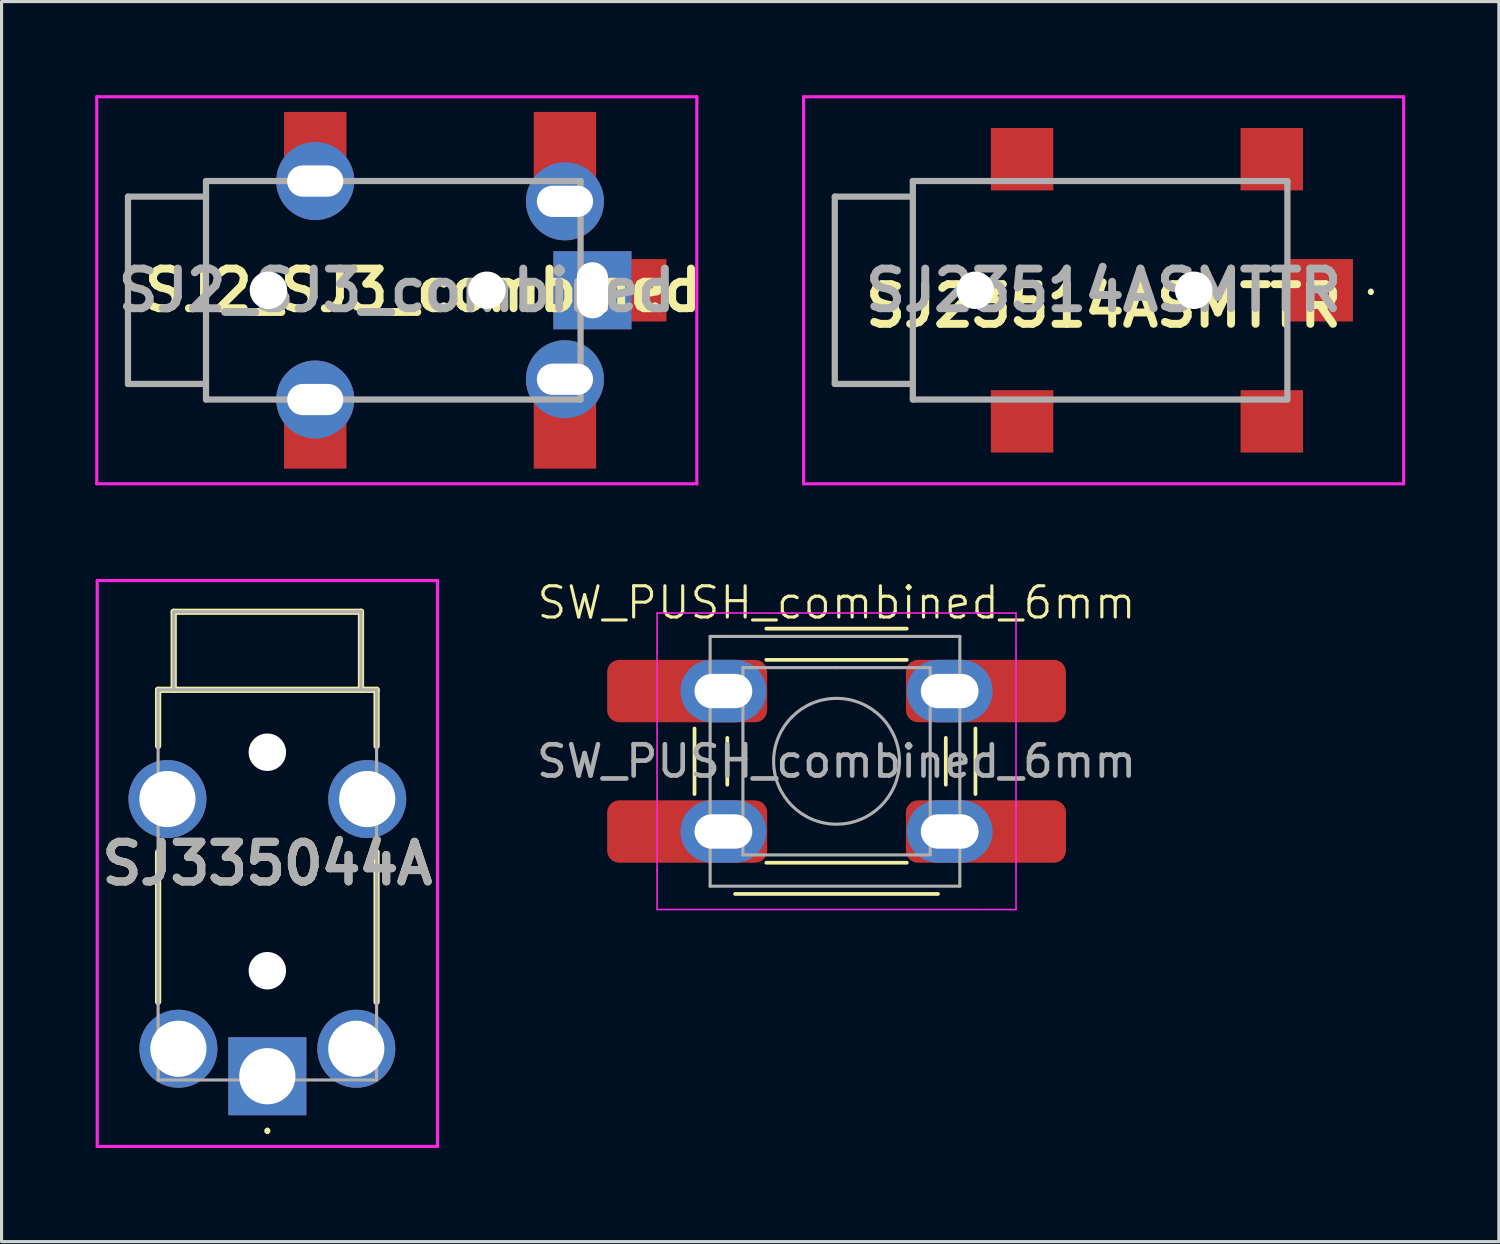
<source format=kicad_pcb>
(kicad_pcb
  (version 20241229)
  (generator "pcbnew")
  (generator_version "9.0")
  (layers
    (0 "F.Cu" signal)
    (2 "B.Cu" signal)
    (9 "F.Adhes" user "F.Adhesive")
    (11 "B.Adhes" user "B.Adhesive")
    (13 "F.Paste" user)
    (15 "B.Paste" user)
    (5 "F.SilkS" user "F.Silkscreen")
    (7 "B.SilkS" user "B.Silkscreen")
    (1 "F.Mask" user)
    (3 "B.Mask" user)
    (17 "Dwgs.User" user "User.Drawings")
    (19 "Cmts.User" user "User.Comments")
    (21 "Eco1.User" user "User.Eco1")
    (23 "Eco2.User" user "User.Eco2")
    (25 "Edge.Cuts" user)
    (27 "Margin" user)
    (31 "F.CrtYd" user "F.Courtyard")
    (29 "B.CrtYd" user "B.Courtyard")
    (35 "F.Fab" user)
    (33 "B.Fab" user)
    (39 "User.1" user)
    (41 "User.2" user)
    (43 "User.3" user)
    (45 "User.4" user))
  (footprint "SW_PUSH_combined_6mm"
    (layer "F.Cu")
    (at 20.501 19.09)
    (property "Reference" "SW_PUSH_combined_6mm" (at 3.25 -2.83 0) (unlocked yes) (layer "F.SilkS") (effects (font (size 1 1) (thickness 0.1))))
    (attr through_hole)
    (fp_line (start -1.3 1.2) (end -1.3 3.3) (stroke (width 0.12) (type solid)) (layer "F.SilkS"))
    (fp_line (start -0.25 1.5) (end -0.25 3) (stroke (width 0.12) (type solid)) (layer "F.SilkS"))
    (fp_line (start 0 6.5) (end 6.5 6.5) (stroke (width 0.12) (type solid)) (layer "F.SilkS"))
    (fp_line (start 1 5.5) (end 5.5 5.5) (stroke (width 0.12) (type solid)) (layer "F.SilkS"))
    (fp_line (start 5.5 -2) (end 1 -2) (stroke (width 0.12) (type solid)) (layer "F.SilkS"))
    (fp_line (start 5.5 -1) (end 1 -1) (stroke (width 0.12) (type solid)) (layer "F.SilkS"))
    (fp_line (start 6.75 3) (end 6.75 1.5) (stroke (width 0.12) (type solid)) (layer "F.SilkS"))
    (fp_line (start 7.7 3.3) (end 7.7 1.2) (stroke (width 0.12) (type solid)) (layer "F.SilkS"))
    (fp_line (start -2.5 -2.5) (end -1.25 -2.5) (stroke (width 0.05) (type solid)) (layer "F.CrtYd"))
    (fp_line (start -2.5 -1.25) (end -2.5 -2.5) (stroke (width 0.05) (type solid)) (layer "F.CrtYd"))
    (fp_line (start -2.5 5.725) (end -2.5 7) (stroke (width 0.05) (type solid)) (layer "F.CrtYd"))
    (fp_line (start -2.5 5.75) (end -2.5 -1.25) (stroke (width 0.05) (type solid)) (layer "F.CrtYd"))
    (fp_line (start -2.5 7) (end -1.25 7) (stroke (width 0.05) (type solid)) (layer "F.CrtYd"))
    (fp_line (start -1.25 -2.5) (end 7.75 -2.5) (stroke (width 0.05) (type solid)) (layer "F.CrtYd"))
    (fp_line (start 7.75 -2.5) (end 9 -2.5) (stroke (width 0.05) (type solid)) (layer "F.CrtYd"))
    (fp_line (start 7.75 7) (end -1.25 7) (stroke (width 0.05) (type solid)) (layer "F.CrtYd"))
    (fp_line (start 7.75 7) (end 9 7) (stroke (width 0.05) (type solid)) (layer "F.CrtYd"))
    (fp_line (start 9 -2.5) (end 9 -1.25) (stroke (width 0.05) (type solid)) (layer "F.CrtYd"))
    (fp_line (start 9 -1.25) (end 9 5.75) (stroke (width 0.05) (type solid)) (layer "F.CrtYd"))
    (fp_line (start 9 7) (end 9 5.75) (stroke (width 0.05) (type solid)) (layer "F.CrtYd"))
    (fp_line (start -0.8 -1.75) (end 3.25 -1.75) (stroke (width 0.1) (type solid)) (layer "F.Fab"))
    (fp_line (start -0.8 6.25) (end -0.8 -1.75) (stroke (width 0.1) (type solid)) (layer "F.Fab"))
    (fp_line (start 0.25 -0.75) (end 3.25 -0.75) (stroke (width 0.1) (type solid)) (layer "F.Fab"))
    (fp_line (start 0.25 5.25) (end 0.25 -0.75) (stroke (width 0.1) (type solid)) (layer "F.Fab"))
    (fp_line (start 3.25 -1.75) (end 7.2 -1.75) (stroke (width 0.1) (type solid)) (layer "F.Fab"))
    (fp_line (start 3.25 -0.75) (end 6.25 -0.75) (stroke (width 0.1) (type solid)) (layer "F.Fab"))
    (fp_line (start 6.25 -0.75) (end 6.25 5.25) (stroke (width 0.1) (type solid)) (layer "F.Fab"))
    (fp_line (start 6.25 5.25) (end 0.25 5.25) (stroke (width 0.1) (type solid)) (layer "F.Fab"))
    (fp_line (start 7.2 -1.75) (end 7.2 6.25) (stroke (width 0.1) (type solid)) (layer "F.Fab"))
    (fp_line (start 7.2 6.25) (end -0.8 6.25) (stroke (width 0.1) (type solid)) (layer "F.Fab"))
    (fp_circle (center 3.25 2.25) (end 1.25 2.5) (stroke (width 0.1) (type solid)) (fill no) (layer "F.Fab"))
    (fp_text user "${REFERENCE}" (at 3.25 2.25 0) (unlocked yes) (layer "F.Fab") (effects (font (size 1 1) (thickness 0.15))))
    (pad "1" smd roundrect (at -1.536 0) (size 5.128 2) (layers "F.Cu" "F.Mask" "F.Paste") (roundrect_rratio 0.192))
    (pad "1" thru_hole oval (at -0.375 0 90) (size 2 2.75) (drill oval 1.1 1.85) (layers "*.Cu" "*.Mask"))
    (pad "1" thru_hole oval (at 6.875 0 90) (size 2 2.75) (drill oval 1.1 1.85) (layers "*.Cu" "*.Mask"))
    (pad "1" smd roundrect (at 8.036 0) (size 5.127 2) (layers "F.Cu" "F.Mask" "F.Paste") (roundrect_rratio 0.192))
    (pad "2" smd roundrect (at -1.536 4.5) (size 5.128 2) (layers "F.Cu" "F.Mask" "F.Paste") (roundrect_rratio 0.192))
    (pad "2" thru_hole oval (at -0.375 4.5 90) (size 2 2.75) (drill oval 1.1 1.85) (layers "*.Cu" "*.Mask"))
    (pad "2" thru_hole oval (at 6.875 4.5 90) (size 2 2.75) (drill oval 1.1 1.85) (layers "*.Cu" "*.Mask"))
    (pad "2" smd roundrect (at 8.036 4.5) (size 5.128 2) (layers "F.Cu" "F.Mask" "F.Paste") (roundrect_rratio 0.192)))
  (footprint "SJ335044A"
    (layer "F.Cu")
    (at 5.515 31.43)
    (property "Reference" "SJ335044A" (at 0 -6.815 0) (layer "F.SilkS") (effects (font (size 1.27 1.27) (thickness 0.254))))
    (attr through_hole)
    (fp_line (start -3.5 -12.38) (end 3.5 -12.38) (stroke (width 0.2) (type solid)) (layer "F.SilkS"))
    (fp_line (start -3.5 -10.58) (end -3.5 -12.38) (stroke (width 0.2) (type solid)) (layer "F.SilkS"))
    (fp_line (start -3.5 -7.18) (end -3.5 -2.38) (stroke (width 0.2) (type solid)) (layer "F.SilkS"))
    (fp_line (start -3 -14.88) (end -3 -12.38) (stroke (width 0.2) (type solid)) (layer "F.SilkS"))
    (fp_line (start 0 1.7) (end 0 1.7) (stroke (width 0.1) (type solid)) (layer "F.SilkS"))
    (fp_line (start 0 1.8) (end 0 1.8) (stroke (width 0.1) (type solid)) (layer "F.SilkS"))
    (fp_line (start 3 -14.88) (end -3 -14.88) (stroke (width 0.2) (type solid)) (layer "F.SilkS"))
    (fp_line (start 3 -12.38) (end 3 -14.88) (stroke (width 0.2) (type solid)) (layer "F.SilkS"))
    (fp_line (start 3.5 -12.38) (end 3.5 -10.58) (stroke (width 0.2) (type solid)) (layer "F.SilkS"))
    (fp_line (start 3.5 -7.18) (end 3.5 -2.38) (stroke (width 0.2) (type solid)) (layer "F.SilkS"))
    (fp_arc (start 0 1.7) (mid 0.05 1.75) (end 0 1.8) (stroke (width 0.1) (type solid)) (layer "F.SilkS"))
    (fp_arc (start 0 1.8) (mid -0.05 1.75) (end 0 1.7) (stroke (width 0.1) (type solid)) (layer "F.SilkS"))
    (fp_line (start -5.45 -15.88) (end 5.45 -15.88) (stroke (width 0.1) (type solid)) (layer "F.CrtYd"))
    (fp_line (start -5.45 2.25) (end -5.45 -15.88) (stroke (width 0.1) (type solid)) (layer "F.CrtYd"))
    (fp_line (start 5.45 -15.88) (end 5.45 2.25) (stroke (width 0.1) (type solid)) (layer "F.CrtYd"))
    (fp_line (start 5.45 2.25) (end -5.45 2.25) (stroke (width 0.1) (type solid)) (layer "F.CrtYd"))
    (fp_line (start -3.5 -12.38) (end 3.5 -12.38) (stroke (width 0.1) (type solid)) (layer "F.Fab"))
    (fp_line (start -3.5 0.12) (end -3.5 -12.38) (stroke (width 0.1) (type solid)) (layer "F.Fab"))
    (fp_line (start -3 -14.88) (end 3 -14.88) (stroke (width 0.1) (type solid)) (layer "F.Fab"))
    (fp_line (start -3 -12.38) (end -3 -14.88) (stroke (width 0.1) (type solid)) (layer "F.Fab"))
    (fp_line (start 3 -14.88) (end 3 -12.38) (stroke (width 0.1) (type solid)) (layer "F.Fab"))
    (fp_line (start 3.5 -12.38) (end 3.5 0.12) (stroke (width 0.1) (type solid)) (layer "F.Fab"))
    (fp_line (start 3.5 0.12) (end -3.5 0.12) (stroke (width 0.1) (type solid)) (layer "F.Fab"))
    (fp_text user "${REFERENCE}" (at 0 -6.815 0) (layer "F.Fab") (effects (font (size 1.27 1.27) (thickness 0.254))))
    (pad "" np_thru_hole circle (at 0 -10.38) (size 1.2 1.2) (drill 1.2) (layers "*.Cu" "*.Mask"))
    (pad "" np_thru_hole circle (at 0 -3.38) (size 1.2 1.2) (drill 1.2) (layers "*.Cu" "*.Mask"))
    (pad "R1" thru_hole circle (at -2.85 -0.88) (size 2.5 2.5) (drill 1.8) (layers "*.Cu" "*.Mask"))
    (pad "R2" thru_hole circle (at 2.85 -0.88) (size 2.5 2.5) (drill 1.8) (layers "*.Cu" "*.Mask"))
    (pad "S" thru_hole rect (at 0 0) (size 2.5 2.5) (drill 1.8) (layers "*.Cu" "*.Mask"))
    (pad "T" thru_hole circle (at -3.2 -8.88) (size 2.5 2.5) (drill 1.8) (layers "*.Cu" "*.Mask"))
    (pad "T" thru_hole circle (at 3.2 -8.88) (size 2.5 2.5) (drill 1.8) (layers "*.Cu" "*.Mask")))
  (footprint "SJ2_SJ3_combined"
    (layer "F.Cu")
    (at 8.8 6.25)
    (property "Reference" "SJ2_SJ3_combined" (at 1.701 0 0) (layer "F.SilkS") (effects (font (size 1.27 1.27) (thickness 0.254))))
    (attr through_hole)
    (fp_line (start -7.75 -3) (end -7.75 3) (stroke (width 0.1) (type solid)) (layer "F.SilkS"))
    (fp_line (start -7.75 3) (end -5.25 3) (stroke (width 0.1) (type solid)) (layer "F.SilkS"))
    (fp_line (start -5.25 -3.5) (end -5.25 3.5) (stroke (width 0.1) (type solid)) (layer "F.SilkS"))
    (fp_line (start -5.25 -3) (end -7.75 -3) (stroke (width 0.1) (type solid)) (layer "F.SilkS"))
    (fp_line (start -5.25 3.5) (end -3.05 3.5) (stroke (width 0.1) (type solid)) (layer "F.SilkS"))
    (fp_line (start -3.05 -3.5) (end -5.25 -3.5) (stroke (width 0.1) (type solid)) (layer "F.SilkS"))
    (fp_line (start -0.45 -3.5) (end 4.95 -3.5) (stroke (width 0.1) (type solid)) (layer "F.SilkS"))
    (fp_line (start -0.45 3.5) (end 4.95 3.5) (stroke (width 0.1) (type solid)) (layer "F.SilkS"))
    (fp_line (start 6.75 -2.8) (end 6.75 -1.4) (stroke (width 0.1) (type solid)) (layer "F.SilkS"))
    (fp_line (start 6.75 1.4) (end 6.75 2.8) (stroke (width 0.1) (type solid)) (layer "F.SilkS"))
    (fp_line (start 9.425 0) (end 9.425 0) (stroke (width 0.1) (type solid)) (layer "F.SilkS"))
    (fp_line (start 9.425 0.1) (end 9.425 0.1) (stroke (width 0.1) (type solid)) (layer "F.SilkS"))
    (fp_arc (start 9.425 0) (mid 9.475 0.05) (end 9.425 0.1) (stroke (width 0.1) (type solid)) (layer "F.SilkS"))
    (fp_arc (start 9.425 0.1) (mid 9.375 0.05) (end 9.425 0) (stroke (width 0.1) (type solid)) (layer "F.SilkS"))
    (fp_line (start -8.75 -6.2) (end 10.475 -6.2) (stroke (width 0.1) (type solid)) (layer "F.CrtYd"))
    (fp_line (start -8.75 6.2) (end -8.75 -6.2) (stroke (width 0.1) (type solid)) (layer "F.CrtYd"))
    (fp_line (start 10.475 -6.2) (end 10.475 6.2) (stroke (width 0.1) (type solid)) (layer "F.CrtYd"))
    (fp_line (start 10.475 6.2) (end -8.75 6.2) (stroke (width 0.1) (type solid)) (layer "F.CrtYd"))
    (fp_line (start -7.75 -3) (end -7.75 3) (stroke (width 0.2) (type solid)) (layer "F.Fab"))
    (fp_line (start -7.75 3) (end -5.25 3) (stroke (width 0.2) (type solid)) (layer "F.Fab"))
    (fp_line (start -5.25 -3.5) (end 6.75 -3.5) (stroke (width 0.2) (type solid)) (layer "F.Fab"))
    (fp_line (start -5.25 -3) (end -7.75 -3) (stroke (width 0.2) (type solid)) (layer "F.Fab"))
    (fp_line (start -5.25 3.5) (end -5.25 -3.5) (stroke (width 0.2) (type solid)) (layer "F.Fab"))
    (fp_line (start 6.75 -3.5) (end 6.75 3.5) (stroke (width 0.2) (type solid)) (layer "F.Fab"))
    (fp_line (start 6.75 3.5) (end -5.25 3.5) (stroke (width 0.2) (type solid)) (layer "F.Fab"))
    (fp_text user "${REFERENCE}" (at 0.863 0 0) (layer "F.Fab") (effects (font (size 1.27 1.27) (thickness 0.254))))
    (pad "" np_thru_hole circle (at -3.25 0) (size 1.2 1.2) (drill 1.2) (layers "*.Cu" "*.Mask"))
    (pad "" np_thru_hole circle (at 3.75 0 90) (size 1.2 1.2) (drill 1.2) (layers "*.Cu" "*.Mask"))
    (pad "R1" thru_hole circle (at 6.25 2.85 90) (size 2.5 2.5) (drill oval 1 1.8) (layers "*.Cu" "*.Mask"))
    (pad "R1" smd rect (at 6.25 3.982 90) (size 3.465 2) (layers "F.Cu" "F.Mask" "F.Paste"))
    (pad "R2" smd rect (at 6.25 -3.982 90) (size 3.465 2) (layers "F.Cu" "F.Mask" "F.Paste"))
    (pad "R2" thru_hole circle (at 6.25 -2.85 90) (size 2.5 2.5) (drill oval 1 1.8) (layers "*.Cu" "*.Mask"))
    (pad "S" thru_hole rect (at 7.13 0 90) (size 2.5 2.5) (drill oval 1.8 1) (layers "*.Cu" "*.Mask"))
    (pad "S" smd rect (at 7.75 0 90) (size 2 3.5) (layers "F.Cu" "F.Mask" "F.Paste"))
    (pad "T" smd rect (at -1.75 -4.232 90) (size 2.965 2) (layers "F.Cu" "F.Mask" "F.Paste"))
    (pad "T" thru_hole circle (at -1.75 -3.5 90) (size 2.5 2.5) (drill oval 1 1.8) (layers "*.Cu" "*.Mask"))
    (pad "T" thru_hole circle (at -1.75 3.5 90) (size 2.5 2.5) (drill oval 1 1.8) (layers "*.Cu" "*.Mask"))
    (pad "T" smd rect (at -1.75 4.232 90) (size 2.965 2) (layers "F.Cu" "F.Mask" "F.Paste")))
  (footprint "SJ23514ASMTTR"
    (layer "F.Cu")
    (at 31.445 6.25)
    (property "Reference" "SJ23514ASMTTR" (at 0.863 0.5 0) (layer "F.SilkS") (effects (font (size 1.27 1.27) (thickness 0.254))))
    (attr through_hole)
    (fp_line (start -7.75 -3) (end -7.75 3) (stroke (width 0.1) (type solid)) (layer "F.SilkS"))
    (fp_line (start -7.75 3) (end -5.25 3) (stroke (width 0.1) (type solid)) (layer "F.SilkS"))
    (fp_line (start -5.25 -3.5) (end -5.25 3.5) (stroke (width 0.1) (type solid)) (layer "F.SilkS"))
    (fp_line (start -5.25 -3) (end -7.75 -3) (stroke (width 0.1) (type solid)) (layer "F.SilkS"))
    (fp_line (start -5.25 3.5) (end -3.05 3.5) (stroke (width 0.1) (type solid)) (layer "F.SilkS"))
    (fp_line (start -3.05 -3.5) (end -5.25 -3.5) (stroke (width 0.1) (type solid)) (layer "F.SilkS"))
    (fp_line (start -0.45 -3.5) (end 4.95 -3.5) (stroke (width 0.1) (type solid)) (layer "F.SilkS"))
    (fp_line (start -0.45 3.5) (end 4.95 3.5) (stroke (width 0.1) (type solid)) (layer "F.SilkS"))
    (fp_line (start 6.75 -2.8) (end 6.75 -1.4) (stroke (width 0.1) (type solid)) (layer "F.SilkS"))
    (fp_line (start 6.75 1.4) (end 6.75 2.8) (stroke (width 0.1) (type solid)) (layer "F.SilkS"))
    (fp_line (start 9.425 0) (end 9.425 0) (stroke (width 0.1) (type solid)) (layer "F.SilkS"))
    (fp_line (start 9.425 0.1) (end 9.425 0.1) (stroke (width 0.1) (type solid)) (layer "F.SilkS"))
    (fp_arc (start 9.425 0) (mid 9.475 0.05) (end 9.425 0.1) (stroke (width 0.1) (type solid)) (layer "F.SilkS"))
    (fp_arc (start 9.425 0.1) (mid 9.375 0.05) (end 9.425 0) (stroke (width 0.1) (type solid)) (layer "F.SilkS"))
    (fp_line (start -8.75 -6.2) (end 10.475 -6.2) (stroke (width 0.1) (type solid)) (layer "F.CrtYd"))
    (fp_line (start -8.75 6.2) (end -8.75 -6.2) (stroke (width 0.1) (type solid)) (layer "F.CrtYd"))
    (fp_line (start 10.475 -6.2) (end 10.475 6.2) (stroke (width 0.1) (type solid)) (layer "F.CrtYd"))
    (fp_line (start 10.475 6.2) (end -8.75 6.2) (stroke (width 0.1) (type solid)) (layer "F.CrtYd"))
    (fp_line (start -7.75 -3) (end -7.75 3) (stroke (width 0.2) (type solid)) (layer "F.Fab"))
    (fp_line (start -7.75 3) (end -5.25 3) (stroke (width 0.2) (type solid)) (layer "F.Fab"))
    (fp_line (start -5.25 -3.5) (end 6.75 -3.5) (stroke (width 0.2) (type solid)) (layer "F.Fab"))
    (fp_line (start -5.25 -3) (end -7.75 -3) (stroke (width 0.2) (type solid)) (layer "F.Fab"))
    (fp_line (start -5.25 3.5) (end -5.25 -3.5) (stroke (width 0.2) (type solid)) (layer "F.Fab"))
    (fp_line (start 6.75 -3.5) (end 6.75 3.5) (stroke (width 0.2) (type solid)) (layer "F.Fab"))
    (fp_line (start 6.75 3.5) (end -5.25 3.5) (stroke (width 0.2) (type solid)) (layer "F.Fab"))
    (fp_text user "${REFERENCE}" (at 0.863 0 0) (layer "F.Fab") (effects (font (size 1.27 1.27) (thickness 0.254))))
    (pad "" np_thru_hole circle (at -3.25 0) (size 1.2 1.2) (drill 1.2) (layers "*.Cu" "*.Mask"))
    (pad "" np_thru_hole circle (at 3.75 0) (size 1.2 1.2) (drill 1.2) (layers "*.Cu" "*.Mask"))
    (pad "R1" smd rect (at 6.25 4.2 90) (size 2 2) (layers "F.Cu" "F.Mask" "F.Paste"))
    (pad "R2" smd rect (at 6.25 -4.2 90) (size 2 2) (layers "F.Cu" "F.Mask" "F.Paste"))
    (pad "S" smd rect (at 7.8 0 90) (size 2 2.1) (layers "F.Cu" "F.Mask" "F.Paste"))
    (pad "T" smd rect (at -1.75 -4.2 90) (size 2 2) (layers "F.Cu" "F.Mask" "F.Paste"))
    (pad "T" smd rect (at -1.75 4.2 90) (size 2 2) (layers "F.Cu" "F.Mask" "F.Paste")))
  (gr_rect
    (start -3 -3)
    (end 44.97 36.73)
    (stroke (width 0.1) (type default))
    (fill no)
    (layer "Edge.Cuts")))
</source>
